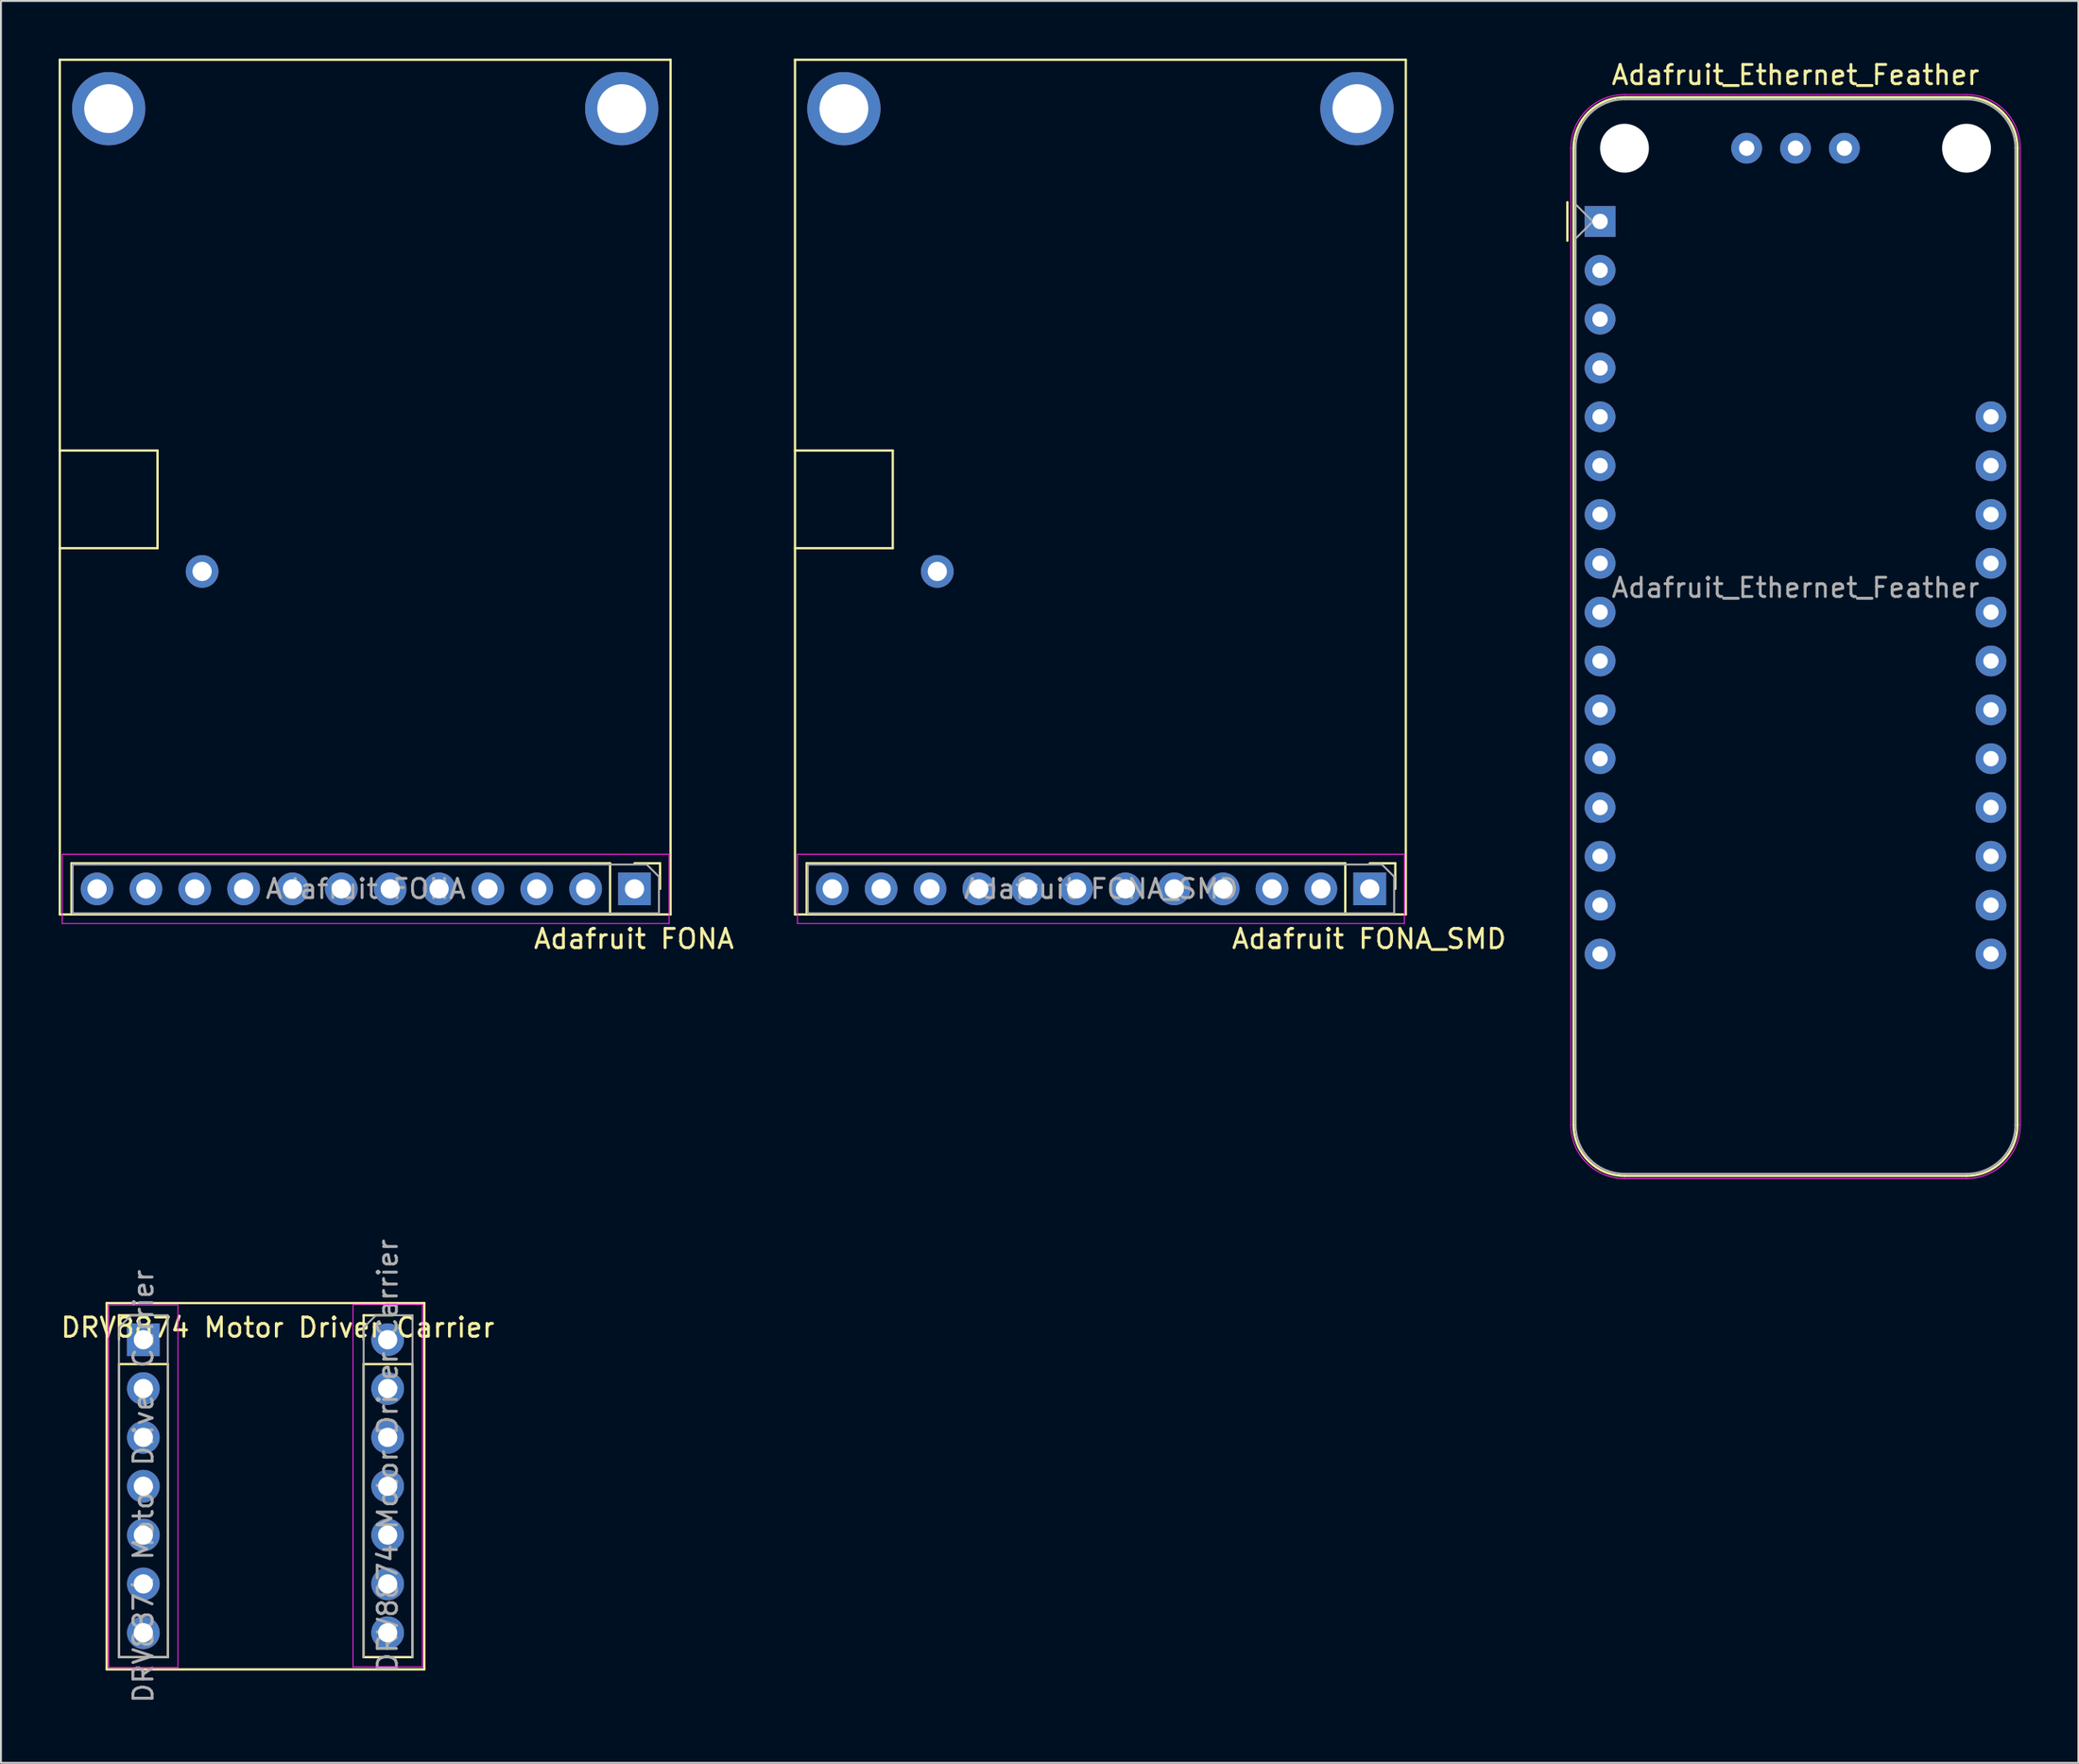
<source format=kicad_pcb>
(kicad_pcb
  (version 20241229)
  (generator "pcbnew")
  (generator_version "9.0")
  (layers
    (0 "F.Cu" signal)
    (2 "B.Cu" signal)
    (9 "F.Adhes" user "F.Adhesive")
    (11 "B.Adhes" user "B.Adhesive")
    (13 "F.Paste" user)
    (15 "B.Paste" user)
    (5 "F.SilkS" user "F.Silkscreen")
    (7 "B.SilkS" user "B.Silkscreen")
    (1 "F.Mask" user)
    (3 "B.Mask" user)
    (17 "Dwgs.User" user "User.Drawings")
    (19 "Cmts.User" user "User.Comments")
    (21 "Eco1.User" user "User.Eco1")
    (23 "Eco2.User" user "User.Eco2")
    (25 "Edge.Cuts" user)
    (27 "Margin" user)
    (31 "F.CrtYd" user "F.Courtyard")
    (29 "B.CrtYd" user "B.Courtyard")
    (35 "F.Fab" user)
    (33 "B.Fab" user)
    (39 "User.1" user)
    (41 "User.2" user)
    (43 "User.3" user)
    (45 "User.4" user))
  (footprint "Adafruit FONA_SMD"
    (layer "F.Cu")
    (at 40.215 43.18)
    (property "Reference" "Adafruit FONA_SMD" (at 27.91 2.6 0) (layer "F.SilkS") (effects (font (size 1 1) (thickness 0.15))))
    (attr through_hole)
    (fp_line (start -1.935 -43.12) (end -1.935 1.33) (stroke (width 0.12) (type solid)) (layer "F.SilkS"))
    (fp_line (start -1.935 1.33) (end 29.815 1.33) (stroke (width 0.12) (type solid)) (layer "F.SilkS"))
    (fp_line (start -1.33 -1.33) (end -1.33 1.33) (stroke (width 0.12) (type solid)) (layer "F.SilkS"))
    (fp_line (start 3.145 -22.8) (end -1.935 -22.8) (stroke (width 0.12) (type solid)) (layer "F.SilkS"))
    (fp_line (start 3.145 -22.8) (end 3.145 -17.72) (stroke (width 0.12) (type solid)) (layer "F.SilkS"))
    (fp_line (start 3.145 -17.72) (end -1.935 -17.72) (stroke (width 0.12) (type solid)) (layer "F.SilkS"))
    (fp_line (start 26.67 -1.33) (end -1.33 -1.33) (stroke (width 0.12) (type solid)) (layer "F.SilkS"))
    (fp_line (start 26.67 -1.33) (end 26.67 1.33) (stroke (width 0.12) (type solid)) (layer "F.SilkS"))
    (fp_line (start 27.94 -1.33) (end 29.27 -1.33) (stroke (width 0.12) (type solid)) (layer "F.SilkS"))
    (fp_line (start 29.27 -1.33) (end 29.27 0) (stroke (width 0.12) (type solid)) (layer "F.SilkS"))
    (fp_line (start 29.815 -43.12) (end -1.935 -43.12) (stroke (width 0.12) (type solid)) (layer "F.SilkS"))
    (fp_line (start 29.815 1.33) (end 29.815 -43.12) (stroke (width 0.12) (type solid)) (layer "F.SilkS"))
    (fp_line (start -1.81 -1.8) (end -1.81 1.8) (stroke (width 0.05) (type solid)) (layer "F.CrtYd"))
    (fp_line (start -1.81 1.8) (end 29.74 1.8) (stroke (width 0.05) (type solid)) (layer "F.CrtYd"))
    (fp_line (start 29.74 -1.8) (end -1.81 -1.8) (stroke (width 0.05) (type solid)) (layer "F.CrtYd"))
    (fp_line (start 29.74 1.8) (end 29.74 -1.8) (stroke (width 0.05) (type solid)) (layer "F.CrtYd"))
    (fp_line (start -1.27 -1.27) (end 28.575 -1.27) (stroke (width 0.1) (type solid)) (layer "F.Fab"))
    (fp_line (start -1.27 1.27) (end -1.27 -1.27) (stroke (width 0.1) (type solid)) (layer "F.Fab"))
    (fp_line (start 28.575 -1.27) (end 29.21 -0.635) (stroke (width 0.1) (type solid)) (layer "F.Fab"))
    (fp_line (start 29.21 -0.635) (end 29.21 1.27) (stroke (width 0.1) (type solid)) (layer "F.Fab"))
    (fp_line (start 29.21 1.27) (end -1.27 1.27) (stroke (width 0.1) (type solid)) (layer "F.Fab"))
    (fp_text user "${REFERENCE}" (at 13.97 0 0) (layer "F.Fab") (effects (font (size 1 1) (thickness 0.15))))
    (pad "" np_thru_hole circle (at 0.605 -40.58) (size 3.81 3.81) (drill 2.54) (layers "*.Cu" "*.Mask"))
    (pad "" np_thru_hole circle (at 27.275 -40.58) (size 3.81 3.81) (drill 2.54) (layers "*.Cu" "*.Mask"))
    (pad "1" thru_hole rect (at 27.94 0 270) (size 1.7 1.7) (drill 1) (layers "*.Cu" "*.Mask"))
    (pad "2" thru_hole oval (at 25.4 0 270) (size 1.7 1.7) (drill 1) (layers "*.Cu" "*.Mask"))
    (pad "3" thru_hole oval (at 22.86 0 270) (size 1.7 1.7) (drill 1) (layers "*.Cu" "*.Mask"))
    (pad "4" thru_hole oval (at 20.32 0 270) (size 1.7 1.7) (drill 1) (layers "*.Cu" "*.Mask"))
    (pad "5" thru_hole oval (at 17.78 0 270) (size 1.7 1.7) (drill 1) (layers "*.Cu" "*.Mask"))
    (pad "6" thru_hole oval (at 15.24 0 270) (size 1.7 1.7) (drill 1) (layers "*.Cu" "*.Mask"))
    (pad "7" thru_hole oval (at 12.7 0 270) (size 1.7 1.7) (drill 1) (layers "*.Cu" "*.Mask"))
    (pad "8" thru_hole oval (at 10.16 0 270) (size 1.7 1.7) (drill 1) (layers "*.Cu" "*.Mask"))
    (pad "9" thru_hole oval (at 7.62 0 270) (size 1.7 1.7) (drill 1) (layers "*.Cu" "*.Mask"))
    (pad "10" thru_hole oval (at 5.08 0 270) (size 1.7 1.7) (drill 1) (layers "*.Cu" "*.Mask"))
    (pad "11" thru_hole oval (at 2.54 0 270) (size 1.7 1.7) (drill 1) (layers "*.Cu" "*.Mask"))
    (pad "12" thru_hole oval (at 0 0 270) (size 1.7 1.7) (drill 1) (layers "*.Cu" "*.Mask"))
    (pad "13" thru_hole oval (at 5.461 -16.51 270) (size 1.7 1.7) (drill 1) (layers "*.Cu" "*.Mask")))
  (footprint "Adafruit_Ethernet_Feather"
    (layer "F.Cu")
    (at 80.13 8.468)
    (property "Reference" "Adafruit_Ethernet_Feather" (at 10.16 -7.62 0) (layer "F.SilkS") (effects (font (size 1 1) (thickness 0.15))))
    (attr through_hole)
    (fp_line (start -1.7 1) (end -1.7 -1) (stroke (width 0.12) (type solid)) (layer "F.SilkS"))
    (fp_line (start -1.38 -3.81) (end -1.38 46.99) (stroke (width 0.12) (type solid)) (layer "F.SilkS"))
    (fp_line (start 19.05 -6.46) (end 1.27 -6.46) (stroke (width 0.12) (type solid)) (layer "F.SilkS"))
    (fp_line (start 19.05 49.64) (end 1.27 49.64) (stroke (width 0.12) (type solid)) (layer "F.SilkS"))
    (fp_line (start 21.7 -3.81) (end 21.7 46.99) (stroke (width 0.12) (type solid)) (layer "F.SilkS"))
    (fp_arc (start -1.38 -3.81) (mid -0.603833 -5.683833) (end 1.27 -6.46) (stroke (width 0.12) (type solid)) (layer "F.SilkS"))
    (fp_arc (start 1.27 49.64) (mid -0.603833 48.863833) (end -1.38 46.99) (stroke (width 0.12) (type solid)) (layer "F.SilkS"))
    (fp_arc (start 19.05 -6.46) (mid 20.923833 -5.683833) (end 21.7 -3.81) (stroke (width 0.12) (type solid)) (layer "F.SilkS"))
    (fp_arc (start 21.7 46.99) (mid 20.923833 48.863833) (end 19.05 49.64) (stroke (width 0.12) (type solid)) (layer "F.SilkS"))
    (fp_line (start -1.52 46.99) (end -1.52 -3.81) (stroke (width 0.05) (type solid)) (layer "F.CrtYd"))
    (fp_line (start 19.05 -6.6) (end 1.27 -6.6) (stroke (width 0.05) (type solid)) (layer "F.CrtYd"))
    (fp_line (start 19.05 49.78) (end 1.27 49.78) (stroke (width 0.05) (type solid)) (layer "F.CrtYd"))
    (fp_line (start 21.84 46.99) (end 21.84 -3.81) (stroke (width 0.05) (type solid)) (layer "F.CrtYd"))
    (fp_arc (start -1.52 -3.81) (mid -0.702828 -5.782828) (end 1.27 -6.6) (stroke (width 0.05) (type solid)) (layer "F.CrtYd"))
    (fp_arc (start 1.27 49.78) (mid -0.702828 48.962828) (end -1.52 46.99) (stroke (width 0.05) (type solid)) (layer "F.CrtYd"))
    (fp_arc (start 19.05 -6.6) (mid 21.022828 -5.782828) (end 21.84 -3.81) (stroke (width 0.05) (type solid)) (layer "F.CrtYd"))
    (fp_arc (start 21.84 46.99) (mid 21.022828 48.962828) (end 19.05 49.78) (stroke (width 0.05) (type solid)) (layer "F.CrtYd"))
    (fp_line (start -1.27 -3.81) (end -1.27 46.99) (stroke (width 0.1) (type solid)) (layer "F.Fab"))
    (fp_line (start -1.27 -0.889) (end -0.381 0) (stroke (width 0.1) (type solid)) (layer "F.Fab"))
    (fp_line (start -0.381 0) (end -1.27 0.889) (stroke (width 0.1) (type solid)) (layer "F.Fab"))
    (fp_line (start 1.27 49.53) (end 19.05 49.53) (stroke (width 0.1) (type solid)) (layer "F.Fab"))
    (fp_line (start 19.05 -6.35) (end 1.27 -6.35) (stroke (width 0.1) (type solid)) (layer "F.Fab"))
    (fp_line (start 21.59 46.99) (end 21.59 -3.81) (stroke (width 0.1) (type solid)) (layer "F.Fab"))
    (fp_arc (start -1.27 -3.81) (mid -0.526051 -5.606051) (end 1.27 -6.35) (stroke (width 0.1) (type solid)) (layer "F.Fab"))
    (fp_arc (start 1.221238 49.529532) (mid -0.543209 48.768728) (end -1.27 46.99) (stroke (width 0.1) (type solid)) (layer "F.Fab"))
    (fp_arc (start 19.05 -6.35) (mid 20.846051 -5.606051) (end 21.59 -3.81) (stroke (width 0.1) (type solid)) (layer "F.Fab"))
    (fp_arc (start 21.59 46.99) (mid 20.846051 48.786051) (end 19.05 49.53) (stroke (width 0.1) (type solid)) (layer "F.Fab"))
    (fp_text user "${REFERENCE}" (at 10.16 19.05 180) (layer "F.Fab") (effects (font (size 1 1) (thickness 0.15))))
    (pad "" np_thru_hole circle (at 1.27 -3.81) (size 2.54 2.54) (drill 2.54) (layers "*.Cu" "*.Mask"))
    (pad "" np_thru_hole circle (at 19.05 -3.81) (size 2.54 2.54) (drill 2.54) (layers "*.Cu" "*.Mask"))
    (pad "1" thru_hole rect (at 0 0 180) (size 1.6 1.6) (drill 0.8) (layers "*.Cu" "*.Mask"))
    (pad "2" thru_hole circle (at 0 2.54 180) (size 1.6 1.6) (drill 0.8) (layers "*.Cu" "*.Mask"))
    (pad "3" thru_hole circle (at 0 5.08 180) (size 1.6 1.6) (drill 0.8) (layers "*.Cu" "*.Mask"))
    (pad "4" thru_hole circle (at 0 7.62 180) (size 1.6 1.6) (drill 0.8) (layers "*.Cu" "*.Mask"))
    (pad "5" thru_hole circle (at 0 10.16 180) (size 1.6 1.6) (drill 0.8) (layers "*.Cu" "*.Mask"))
    (pad "6" thru_hole circle (at 0 12.7 180) (size 1.6 1.6) (drill 0.8) (layers "*.Cu" "*.Mask"))
    (pad "7" thru_hole circle (at 0 15.24 180) (size 1.6 1.6) (drill 0.8) (layers "*.Cu" "*.Mask"))
    (pad "8" thru_hole circle (at 0 17.78 180) (size 1.6 1.6) (drill 0.8) (layers "*.Cu" "*.Mask"))
    (pad "9" thru_hole circle (at 0 20.32 180) (size 1.6 1.6) (drill 0.8) (layers "*.Cu" "*.Mask"))
    (pad "10" thru_hole circle (at 0 22.86 180) (size 1.6 1.6) (drill 0.8) (layers "*.Cu" "*.Mask"))
    (pad "11" thru_hole circle (at 0 25.4 180) (size 1.6 1.6) (drill 0.8) (layers "*.Cu" "*.Mask"))
    (pad "12" thru_hole circle (at 0 27.94 180) (size 1.6 1.6) (drill 0.8) (layers "*.Cu" "*.Mask"))
    (pad "13" thru_hole circle (at 0 30.48 180) (size 1.6 1.6) (drill 0.8) (layers "*.Cu" "*.Mask"))
    (pad "14" thru_hole circle (at 0 33.02 180) (size 1.6 1.6) (drill 0.8) (layers "*.Cu" "*.Mask"))
    (pad "15" thru_hole circle (at 0 35.56 180) (size 1.6 1.6) (drill 0.8) (layers "*.Cu" "*.Mask"))
    (pad "16" thru_hole circle (at 0 38.1 180) (size 1.6 1.6) (drill 0.8) (layers "*.Cu" "*.Mask"))
    (pad "17" thru_hole circle (at 20.32 38.1 180) (size 1.6 1.6) (drill 0.8) (layers "*.Cu" "*.Mask"))
    (pad "18" thru_hole circle (at 20.32 35.56 180) (size 1.6 1.6) (drill 0.8) (layers "*.Cu" "*.Mask"))
    (pad "19" thru_hole circle (at 20.32 33.02 180) (size 1.6 1.6) (drill 0.8) (layers "*.Cu" "*.Mask"))
    (pad "20" thru_hole circle (at 20.32 30.48 180) (size 1.6 1.6) (drill 0.8) (layers "*.Cu" "*.Mask"))
    (pad "21" thru_hole circle (at 20.32 27.94 180) (size 1.6 1.6) (drill 0.8) (layers "*.Cu" "*.Mask"))
    (pad "22" thru_hole circle (at 20.32 25.4 180) (size 1.6 1.6) (drill 0.8) (layers "*.Cu" "*.Mask"))
    (pad "23" thru_hole circle (at 20.32 22.86 180) (size 1.6 1.6) (drill 0.8) (layers "*.Cu" "*.Mask"))
    (pad "24" thru_hole circle (at 20.32 20.32 180) (size 1.6 1.6) (drill 0.8) (layers "*.Cu" "*.Mask"))
    (pad "25" thru_hole circle (at 20.32 17.78 180) (size 1.6 1.6) (drill 0.8) (layers "*.Cu" "*.Mask"))
    (pad "26" thru_hole circle (at 20.32 15.24 180) (size 1.6 1.6) (drill 0.8) (layers "*.Cu" "*.Mask"))
    (pad "27" thru_hole circle (at 20.32 12.7 180) (size 1.6 1.6) (drill 0.8) (layers "*.Cu" "*.Mask"))
    (pad "28" thru_hole circle (at 20.32 10.16 180) (size 1.6 1.6) (drill 0.8) (layers "*.Cu" "*.Mask"))
    (pad "29" thru_hole circle (at 7.62 -3.81 180) (size 1.6 1.6) (drill 0.8) (layers "*.Cu" "*.Mask"))
    (pad "30" thru_hole circle (at 10.16 -3.81 180) (size 1.6 1.6) (drill 0.8) (layers "*.Cu" "*.Mask"))
    (pad "31" thru_hole circle (at 12.7 -3.81 180) (size 1.6 1.6) (drill 0.8) (layers "*.Cu" "*.Mask")))
  (footprint "DRV8874 Motor Driver Carrier"
    (layer "F.Cu")
    (at 4.402 66.628)
    (property "Reference" "DRV8874 Motor Driver Carrier" (at 6.985 -0.635 0) (layer "F.SilkS") (effects (font (size 1 1) (thickness 0.15))))
    (attr through_hole)
    (fp_line (start -1.905 -1.905) (end 14.605 -1.905) (stroke (width 0.12) (type solid)) (layer "F.SilkS"))
    (fp_line (start -1.905 17.145) (end -1.905 -1.905) (stroke (width 0.12) (type solid)) (layer "F.SilkS"))
    (fp_line (start -1.27 -1.27) (end 0.254 -1.27) (stroke (width 0.12) (type solid)) (layer "F.SilkS"))
    (fp_line (start -1.27 0) (end -1.27 -1.27) (stroke (width 0.12) (type solid)) (layer "F.SilkS"))
    (fp_line (start -1.27 1.27) (end -1.27 16.51) (stroke (width 0.12) (type solid)) (layer "F.SilkS"))
    (fp_line (start -1.27 1.27) (end 1.27 1.27) (stroke (width 0.12) (type solid)) (layer "F.SilkS"))
    (fp_line (start -1.27 16.51) (end 1.27 16.51) (stroke (width 0.12) (type solid)) (layer "F.SilkS"))
    (fp_line (start 1.27 1.27) (end 1.27 16.51) (stroke (width 0.12) (type solid)) (layer "F.SilkS"))
    (fp_line (start 11.452 -1.27) (end 12.976 -1.27) (stroke (width 0.12) (type solid)) (layer "F.SilkS"))
    (fp_line (start 11.452 0) (end 11.452 -1.27) (stroke (width 0.12) (type solid)) (layer "F.SilkS"))
    (fp_line (start 11.452 1.27) (end 11.452 16.51) (stroke (width 0.12) (type solid)) (layer "F.SilkS"))
    (fp_line (start 11.452 1.27) (end 13.992 1.27) (stroke (width 0.12) (type solid)) (layer "F.SilkS"))
    (fp_line (start 11.452 16.51) (end 13.992 16.51) (stroke (width 0.12) (type solid)) (layer "F.SilkS"))
    (fp_line (start 13.992 1.27) (end 13.992 16.51) (stroke (width 0.12) (type solid)) (layer "F.SilkS"))
    (fp_line (start 14.605 -1.905) (end 14.605 17.145) (stroke (width 0.12) (type solid)) (layer "F.SilkS"))
    (fp_line (start 14.605 17.145) (end -1.905 17.145) (stroke (width 0.12) (type solid)) (layer "F.SilkS"))
    (fp_line (start -1.8 -1.8) (end -1.8 17.05) (stroke (width 0.05) (type solid)) (layer "F.CrtYd"))
    (fp_line (start -1.8 17.05) (end 1.8 17.05) (stroke (width 0.05) (type solid)) (layer "F.CrtYd"))
    (fp_line (start 1.8 -1.8) (end -1.8 -1.8) (stroke (width 0.05) (type solid)) (layer "F.CrtYd"))
    (fp_line (start 1.8 17.05) (end 1.8 -1.8) (stroke (width 0.05) (type solid)) (layer "F.CrtYd"))
    (fp_line (start 10.9 -1.832) (end 10.9 17.018) (stroke (width 0.05) (type solid)) (layer "F.CrtYd"))
    (fp_line (start 10.9 17.018) (end 14.5 17.018) (stroke (width 0.05) (type solid)) (layer "F.CrtYd"))
    (fp_line (start 14.5 -1.832) (end 10.9 -1.832) (stroke (width 0.05) (type solid)) (layer "F.CrtYd"))
    (fp_line (start 14.5 17.018) (end 14.5 -1.832) (stroke (width 0.05) (type solid)) (layer "F.CrtYd"))
    (fp_line (start -1.27 -0.635) (end -0.635 -1.27) (stroke (width 0.1) (type solid)) (layer "F.Fab"))
    (fp_line (start -1.27 16.51) (end -1.27 -0.635) (stroke (width 0.1) (type solid)) (layer "F.Fab"))
    (fp_line (start -0.635 -1.27) (end 1.27 -1.27) (stroke (width 0.1) (type solid)) (layer "F.Fab"))
    (fp_line (start 1.27 -1.27) (end 1.27 16.51) (stroke (width 0.1) (type solid)) (layer "F.Fab"))
    (fp_line (start 1.27 16.51) (end -1.27 16.51) (stroke (width 0.1) (type solid)) (layer "F.Fab"))
    (fp_line (start 11.452 -0.635) (end 12.087 -1.27) (stroke (width 0.1) (type solid)) (layer "F.Fab"))
    (fp_line (start 11.452 16.51) (end 11.452 -0.635) (stroke (width 0.1) (type solid)) (layer "F.Fab"))
    (fp_line (start 12.087 -1.27) (end 13.992 -1.27) (stroke (width 0.1) (type solid)) (layer "F.Fab"))
    (fp_line (start 13.992 -1.27) (end 13.992 16.51) (stroke (width 0.1) (type solid)) (layer "F.Fab"))
    (fp_text user "${REFERENCE}" (at 0 7.62 90) (layer "F.Fab") (effects (font (size 1 1) (thickness 0.15))))
    (fp_text user "${REFERENCE}" (at 12.7 6.032 90) (layer "F.Fab") (effects (font (size 1 1) (thickness 0.15))))
    (pad "1" thru_hole rect (at 0 0) (size 1.7 1.7) (drill 1) (layers "*.Cu" "*.Mask"))
    (pad "2" thru_hole oval (at 0 2.54) (size 1.7 1.7) (drill 1) (layers "*.Cu" "*.Mask"))
    (pad "3" thru_hole oval (at 0 5.08) (size 1.7 1.7) (drill 1) (layers "*.Cu" "*.Mask"))
    (pad "4" thru_hole oval (at 0 7.62) (size 1.7 1.7) (drill 1) (layers "*.Cu" "*.Mask"))
    (pad "5" thru_hole oval (at 0 10.16) (size 1.7 1.7) (drill 1) (layers "*.Cu" "*.Mask"))
    (pad "6" thru_hole oval (at 0 12.7) (size 1.7 1.7) (drill 1) (layers "*.Cu" "*.Mask"))
    (pad "7" thru_hole oval (at 0 15.24) (size 1.7 1.7) (drill 1) (layers "*.Cu" "*.Mask"))
    (pad "8" thru_hole oval (at 12.7 15.24) (size 1.7 1.7) (drill 1) (layers "*.Cu" "*.Mask"))
    (pad "9" thru_hole oval (at 12.7 12.7) (size 1.7 1.7) (drill 1) (layers "*.Cu" "*.Mask"))
    (pad "10" thru_hole oval (at 12.7 10.16) (size 1.7 1.7) (drill 1) (layers "*.Cu" "*.Mask"))
    (pad "11" thru_hole oval (at 12.7 7.62) (size 1.7 1.7) (drill 1) (layers "*.Cu" "*.Mask"))
    (pad "12" thru_hole oval (at 12.7 5.08) (size 1.7 1.7) (drill 1) (layers "*.Cu" "*.Mask"))
    (pad "13" thru_hole oval (at 12.7 2.54) (size 1.7 1.7) (drill 1) (layers "*.Cu" "*.Mask"))
    (pad "14" thru_hole oval (at 12.7 0) (size 1.7 1.7) (drill 1) (layers "*.Cu" "*.Mask")))
  (footprint "Adafruit FONA"
    (layer "F.Cu")
    (at 1.995 43.18)
    (property "Reference" "Adafruit FONA" (at 27.91 2.6 0) (layer "F.SilkS") (effects (font (size 1 1) (thickness 0.15))))
    (attr through_hole)
    (fp_line (start -1.935 -43.12) (end -1.935 1.33) (stroke (width 0.12) (type solid)) (layer "F.SilkS"))
    (fp_line (start -1.935 1.33) (end 29.815 1.33) (stroke (width 0.12) (type solid)) (layer "F.SilkS"))
    (fp_line (start -1.33 -1.33) (end -1.33 1.33) (stroke (width 0.12) (type solid)) (layer "F.SilkS"))
    (fp_line (start 3.145 -22.8) (end -1.935 -22.8) (stroke (width 0.12) (type solid)) (layer "F.SilkS"))
    (fp_line (start 3.145 -22.8) (end 3.145 -17.72) (stroke (width 0.12) (type solid)) (layer "F.SilkS"))
    (fp_line (start 3.145 -17.72) (end -1.935 -17.72) (stroke (width 0.12) (type solid)) (layer "F.SilkS"))
    (fp_line (start 26.67 -1.33) (end -1.33 -1.33) (stroke (width 0.12) (type solid)) (layer "F.SilkS"))
    (fp_line (start 26.67 -1.33) (end 26.67 1.33) (stroke (width 0.12) (type solid)) (layer "F.SilkS"))
    (fp_line (start 27.94 -1.33) (end 29.27 -1.33) (stroke (width 0.12) (type solid)) (layer "F.SilkS"))
    (fp_line (start 29.27 -1.33) (end 29.27 0) (stroke (width 0.12) (type solid)) (layer "F.SilkS"))
    (fp_line (start 29.815 -43.12) (end -1.935 -43.12) (stroke (width 0.12) (type solid)) (layer "F.SilkS"))
    (fp_line (start 29.815 1.33) (end 29.815 -43.12) (stroke (width 0.12) (type solid)) (layer "F.SilkS"))
    (fp_line (start -1.81 -1.8) (end -1.81 1.8) (stroke (width 0.05) (type solid)) (layer "F.CrtYd"))
    (fp_line (start -1.81 1.8) (end 29.74 1.8) (stroke (width 0.05) (type solid)) (layer "F.CrtYd"))
    (fp_line (start 29.74 -1.8) (end -1.81 -1.8) (stroke (width 0.05) (type solid)) (layer "F.CrtYd"))
    (fp_line (start 29.74 1.8) (end 29.74 -1.8) (stroke (width 0.05) (type solid)) (layer "F.CrtYd"))
    (fp_line (start -1.27 -1.27) (end 28.575 -1.27) (stroke (width 0.1) (type solid)) (layer "F.Fab"))
    (fp_line (start -1.27 1.27) (end -1.27 -1.27) (stroke (width 0.1) (type solid)) (layer "F.Fab"))
    (fp_line (start 28.575 -1.27) (end 29.21 -0.635) (stroke (width 0.1) (type solid)) (layer "F.Fab"))
    (fp_line (start 29.21 -0.635) (end 29.21 1.27) (stroke (width 0.1) (type solid)) (layer "F.Fab"))
    (fp_line (start 29.21 1.27) (end -1.27 1.27) (stroke (width 0.1) (type solid)) (layer "F.Fab"))
    (fp_text user "${REFERENCE}" (at 13.97 0 0) (layer "F.Fab") (effects (font (size 1 1) (thickness 0.15))))
    (pad "" np_thru_hole circle (at 0.605 -40.58) (size 3.81 3.81) (drill 2.54) (layers "*.Cu" "*.Mask"))
    (pad "" np_thru_hole circle (at 27.275 -40.58) (size 3.81 3.81) (drill 2.54) (layers "*.Cu" "*.Mask"))
    (pad "1" thru_hole rect (at 27.94 0 270) (size 1.7 1.7) (drill 1) (layers "*.Cu" "*.Mask"))
    (pad "2" thru_hole oval (at 25.4 0 270) (size 1.7 1.7) (drill 1) (layers "*.Cu" "*.Mask"))
    (pad "3" thru_hole oval (at 22.86 0 270) (size 1.7 1.7) (drill 1) (layers "*.Cu" "*.Mask"))
    (pad "4" thru_hole oval (at 20.32 0 270) (size 1.7 1.7) (drill 1) (layers "*.Cu" "*.Mask"))
    (pad "5" thru_hole oval (at 17.78 0 270) (size 1.7 1.7) (drill 1) (layers "*.Cu" "*.Mask"))
    (pad "6" thru_hole oval (at 15.24 0 270) (size 1.7 1.7) (drill 1) (layers "*.Cu" "*.Mask"))
    (pad "7" thru_hole oval (at 12.7 0 270) (size 1.7 1.7) (drill 1) (layers "*.Cu" "*.Mask"))
    (pad "8" thru_hole oval (at 10.16 0 270) (size 1.7 1.7) (drill 1) (layers "*.Cu" "*.Mask"))
    (pad "9" thru_hole oval (at 7.62 0 270) (size 1.7 1.7) (drill 1) (layers "*.Cu" "*.Mask"))
    (pad "10" thru_hole oval (at 5.08 0 270) (size 1.7 1.7) (drill 1) (layers "*.Cu" "*.Mask"))
    (pad "11" thru_hole oval (at 2.54 0 270) (size 1.7 1.7) (drill 1) (layers "*.Cu" "*.Mask"))
    (pad "12" thru_hole oval (at 0 0 270) (size 1.7 1.7) (drill 1) (layers "*.Cu" "*.Mask"))
    (pad "13" thru_hole oval (at 5.461 -16.51 270) (size 1.7 1.7) (drill 1) (layers "*.Cu" "*.Mask")))
  (gr_rect
    (start -3 -3)
    (end 104.995 88.635)
    (stroke (width 0.1) (type default))
    (fill no)
    (layer "Edge.Cuts")))
</source>
